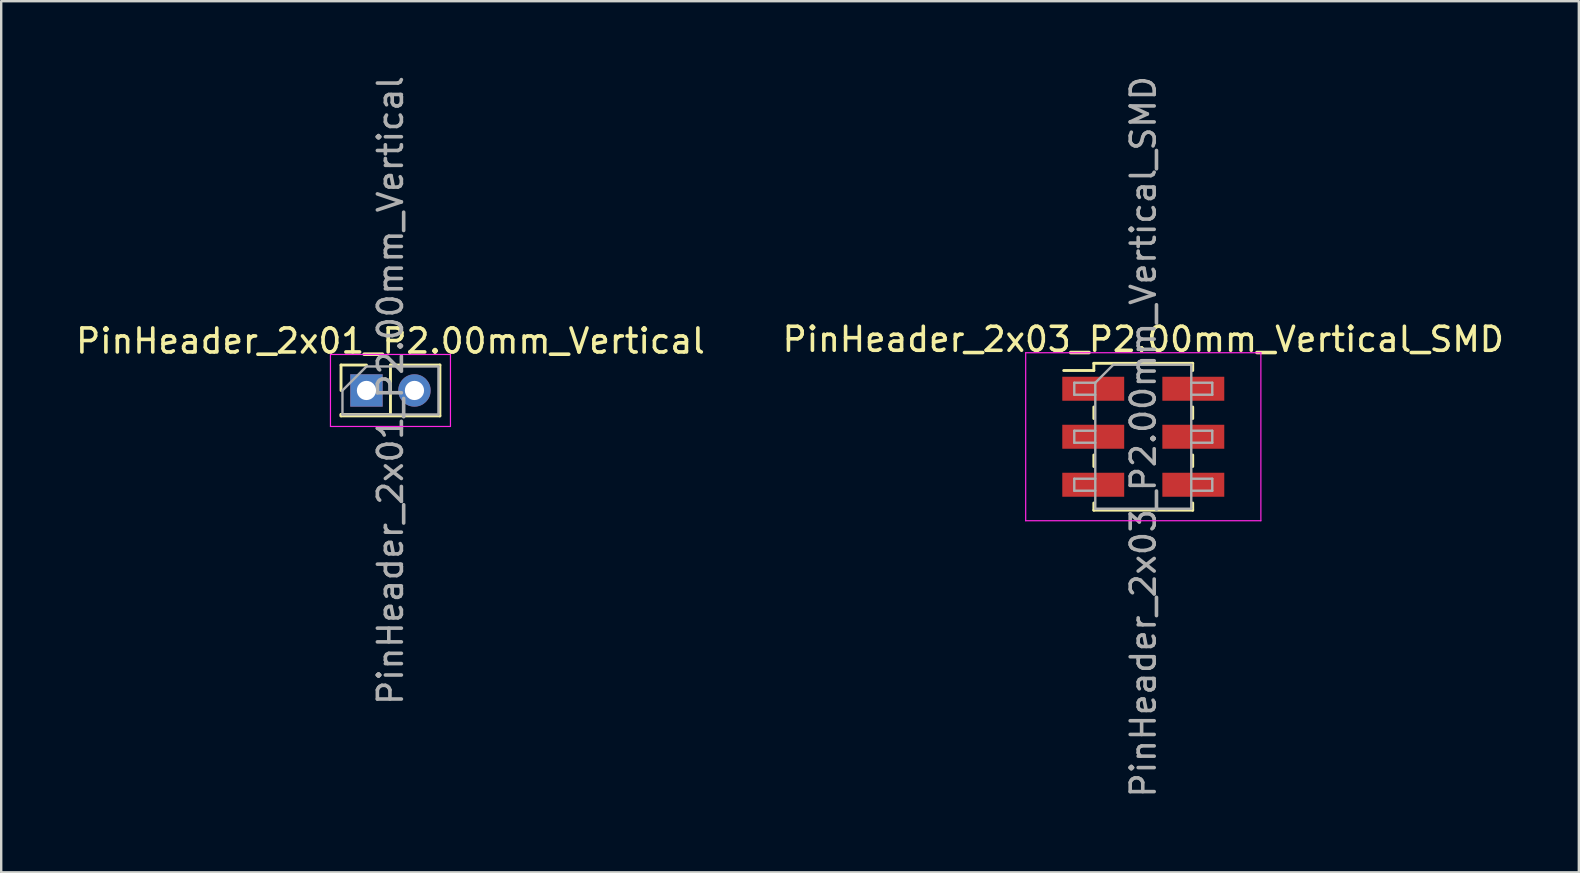
<source format=kicad_pcb>
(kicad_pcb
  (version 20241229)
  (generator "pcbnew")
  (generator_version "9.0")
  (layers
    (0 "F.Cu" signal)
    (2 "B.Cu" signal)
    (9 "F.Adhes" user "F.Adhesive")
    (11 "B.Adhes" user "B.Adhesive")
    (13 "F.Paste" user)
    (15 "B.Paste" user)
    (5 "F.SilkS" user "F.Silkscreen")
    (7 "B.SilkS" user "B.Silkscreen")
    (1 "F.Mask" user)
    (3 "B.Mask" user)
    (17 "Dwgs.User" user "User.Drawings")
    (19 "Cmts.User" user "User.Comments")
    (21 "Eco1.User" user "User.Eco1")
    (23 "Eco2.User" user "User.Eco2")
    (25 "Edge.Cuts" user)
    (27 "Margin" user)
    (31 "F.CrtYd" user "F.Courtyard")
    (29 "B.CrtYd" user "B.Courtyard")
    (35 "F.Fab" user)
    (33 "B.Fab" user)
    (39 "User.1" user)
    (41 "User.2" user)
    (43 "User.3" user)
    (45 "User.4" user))
  (footprint "PinHeader_2x01_P2.00mm_Vertical"
    (layer "F.Cu")
    (at 12.22 13.22)
    (property "Reference" "PinHeader_2x01_P2.00mm_Vertical" (at 1 -2.06 0) (layer "F.SilkS") (effects (font (size 1 1) (thickness 0.15))))
    (attr through_hole)
    (fp_line (start -1.06 -1.06) (end 0 -1.06) (stroke (width 0.12) (type solid)) (layer "F.SilkS"))
    (fp_line (start -1.06 0) (end -1.06 -1.06) (stroke (width 0.12) (type solid)) (layer "F.SilkS"))
    (fp_line (start -1.06 1) (end -1.06 1.06) (stroke (width 0.12) (type solid)) (layer "F.SilkS"))
    (fp_line (start -1.06 1) (end 1 1) (stroke (width 0.12) (type solid)) (layer "F.SilkS"))
    (fp_line (start -1.06 1.06) (end 3.06 1.06) (stroke (width 0.12) (type solid)) (layer "F.SilkS"))
    (fp_line (start 1 -1.06) (end 3.06 -1.06) (stroke (width 0.12) (type solid)) (layer "F.SilkS"))
    (fp_line (start 1 1) (end 1 -1.06) (stroke (width 0.12) (type solid)) (layer "F.SilkS"))
    (fp_line (start 3.06 -1.06) (end 3.06 1.06) (stroke (width 0.12) (type solid)) (layer "F.SilkS"))
    (fp_line (start -1.5 -1.5) (end -1.5 1.5) (stroke (width 0.05) (type solid)) (layer "F.CrtYd"))
    (fp_line (start -1.5 1.5) (end 3.5 1.5) (stroke (width 0.05) (type solid)) (layer "F.CrtYd"))
    (fp_line (start 3.5 -1.5) (end -1.5 -1.5) (stroke (width 0.05) (type solid)) (layer "F.CrtYd"))
    (fp_line (start 3.5 1.5) (end 3.5 -1.5) (stroke (width 0.05) (type solid)) (layer "F.CrtYd"))
    (fp_line (start -1 0) (end 0 -1) (stroke (width 0.1) (type solid)) (layer "F.Fab"))
    (fp_line (start -1 1) (end -1 0) (stroke (width 0.1) (type solid)) (layer "F.Fab"))
    (fp_line (start 0 -1) (end 3 -1) (stroke (width 0.1) (type solid)) (layer "F.Fab"))
    (fp_line (start 3 -1) (end 3 1) (stroke (width 0.1) (type solid)) (layer "F.Fab"))
    (fp_line (start 3 1) (end -1 1) (stroke (width 0.1) (type solid)) (layer "F.Fab"))
    (fp_text user "${REFERENCE}" (at 1 0 90) (layer "F.Fab") (effects (font (size 1 1) (thickness 0.15))))
    (pad "1" thru_hole rect (at 0 0) (size 1.35 1.35) (drill 0.8) (layers "*.Cu" "*.Mask"))
    (pad "2" thru_hole oval (at 2 0) (size 1.35 1.35) (drill 0.8) (layers "*.Cu" "*.Mask")))
  (footprint "PinHeader_2x03_P2.00mm_Vertical_SMD"
    (layer "F.Cu")
    (at 44.589 15.149)
    (property "Reference" "PinHeader_2x03_P2.00mm_Vertical_SMD" (at 0 -4.06 0) (layer "F.SilkS") (effects (font (size 1 1) (thickness 0.15))))
    (attr smd)
    (fp_line (start -3.315 -2.76) (end -2.06 -2.76) (stroke (width 0.12) (type solid)) (layer "F.SilkS"))
    (fp_line (start -2.06 -3.06) (end -2.06 -2.76) (stroke (width 0.12) (type solid)) (layer "F.SilkS"))
    (fp_line (start -2.06 -3.06) (end 2.06 -3.06) (stroke (width 0.12) (type solid)) (layer "F.SilkS"))
    (fp_line (start -2.06 -1.24) (end -2.06 -0.76) (stroke (width 0.12) (type solid)) (layer "F.SilkS"))
    (fp_line (start -2.06 0.76) (end -2.06 1.24) (stroke (width 0.12) (type solid)) (layer "F.SilkS"))
    (fp_line (start -2.06 2.76) (end -2.06 3.06) (stroke (width 0.12) (type solid)) (layer "F.SilkS"))
    (fp_line (start -2.06 3.06) (end 2.06 3.06) (stroke (width 0.12) (type solid)) (layer "F.SilkS"))
    (fp_line (start 2.06 -3.06) (end 2.06 -2.76) (stroke (width 0.12) (type solid)) (layer "F.SilkS"))
    (fp_line (start 2.06 -1.24) (end 2.06 -0.76) (stroke (width 0.12) (type solid)) (layer "F.SilkS"))
    (fp_line (start 2.06 0.76) (end 2.06 1.24) (stroke (width 0.12) (type solid)) (layer "F.SilkS"))
    (fp_line (start 2.06 2.76) (end 2.06 3.06) (stroke (width 0.12) (type solid)) (layer "F.SilkS"))
    (fp_line (start -4.9 -3.5) (end -4.9 3.5) (stroke (width 0.05) (type solid)) (layer "F.CrtYd"))
    (fp_line (start -4.9 3.5) (end 4.9 3.5) (stroke (width 0.05) (type solid)) (layer "F.CrtYd"))
    (fp_line (start 4.9 -3.5) (end -4.9 -3.5) (stroke (width 0.05) (type solid)) (layer "F.CrtYd"))
    (fp_line (start 4.9 3.5) (end 4.9 -3.5) (stroke (width 0.05) (type solid)) (layer "F.CrtYd"))
    (fp_line (start -2.875 -2.25) (end -2.875 -1.75) (stroke (width 0.1) (type solid)) (layer "F.Fab"))
    (fp_line (start -2.875 -1.75) (end -2 -1.75) (stroke (width 0.1) (type solid)) (layer "F.Fab"))
    (fp_line (start -2.875 -0.25) (end -2.875 0.25) (stroke (width 0.1) (type solid)) (layer "F.Fab"))
    (fp_line (start -2.875 0.25) (end -2 0.25) (stroke (width 0.1) (type solid)) (layer "F.Fab"))
    (fp_line (start -2.875 1.75) (end -2.875 2.25) (stroke (width 0.1) (type solid)) (layer "F.Fab"))
    (fp_line (start -2.875 2.25) (end -2 2.25) (stroke (width 0.1) (type solid)) (layer "F.Fab"))
    (fp_line (start -2 -2.25) (end -2.875 -2.25) (stroke (width 0.1) (type solid)) (layer "F.Fab"))
    (fp_line (start -2 -2.25) (end -1.25 -3) (stroke (width 0.1) (type solid)) (layer "F.Fab"))
    (fp_line (start -2 -0.25) (end -2.875 -0.25) (stroke (width 0.1) (type solid)) (layer "F.Fab"))
    (fp_line (start -2 1.75) (end -2.875 1.75) (stroke (width 0.1) (type solid)) (layer "F.Fab"))
    (fp_line (start -2 3) (end -2 -2.25) (stroke (width 0.1) (type solid)) (layer "F.Fab"))
    (fp_line (start -1.25 -3) (end 2 -3) (stroke (width 0.1) (type solid)) (layer "F.Fab"))
    (fp_line (start 2 -3) (end 2 3) (stroke (width 0.1) (type solid)) (layer "F.Fab"))
    (fp_line (start 2 -2.25) (end 2.875 -2.25) (stroke (width 0.1) (type solid)) (layer "F.Fab"))
    (fp_line (start 2 -0.25) (end 2.875 -0.25) (stroke (width 0.1) (type solid)) (layer "F.Fab"))
    (fp_line (start 2 1.75) (end 2.875 1.75) (stroke (width 0.1) (type solid)) (layer "F.Fab"))
    (fp_line (start 2 3) (end -2 3) (stroke (width 0.1) (type solid)) (layer "F.Fab"))
    (fp_line (start 2.875 -2.25) (end 2.875 -1.75) (stroke (width 0.1) (type solid)) (layer "F.Fab"))
    (fp_line (start 2.875 -1.75) (end 2 -1.75) (stroke (width 0.1) (type solid)) (layer "F.Fab"))
    (fp_line (start 2.875 -0.25) (end 2.875 0.25) (stroke (width 0.1) (type solid)) (layer "F.Fab"))
    (fp_line (start 2.875 0.25) (end 2 0.25) (stroke (width 0.1) (type solid)) (layer "F.Fab"))
    (fp_line (start 2.875 1.75) (end 2.875 2.25) (stroke (width 0.1) (type solid)) (layer "F.Fab"))
    (fp_line (start 2.875 2.25) (end 2 2.25) (stroke (width 0.1) (type solid)) (layer "F.Fab"))
    (fp_text user "${REFERENCE}" (at 0 0 90) (layer "F.Fab") (effects (font (size 1 1) (thickness 0.15))))
    (pad "1" smd rect (at -2.085 -2) (size 2.58 1) (layers "F.Cu" "F.Mask" "F.Paste"))
    (pad "2" smd rect (at 2.085 -2) (size 2.58 1) (layers "F.Cu" "F.Mask" "F.Paste"))
    (pad "3" smd rect (at -2.085 0) (size 2.58 1) (layers "F.Cu" "F.Mask" "F.Paste"))
    (pad "4" smd rect (at 2.085 0) (size 2.58 1) (layers "F.Cu" "F.Mask" "F.Paste"))
    (pad "5" smd rect (at -2.085 2) (size 2.58 1) (layers "F.Cu" "F.Mask" "F.Paste"))
    (pad "6" smd rect (at 2.085 2) (size 2.58 1) (layers "F.Cu" "F.Mask" "F.Paste")))
  (gr_rect
    (start -3 -3)
    (end 62.738 33.298)
    (stroke (width 0.1) (type default))
    (fill no)
    (layer "Edge.Cuts")))
</source>
